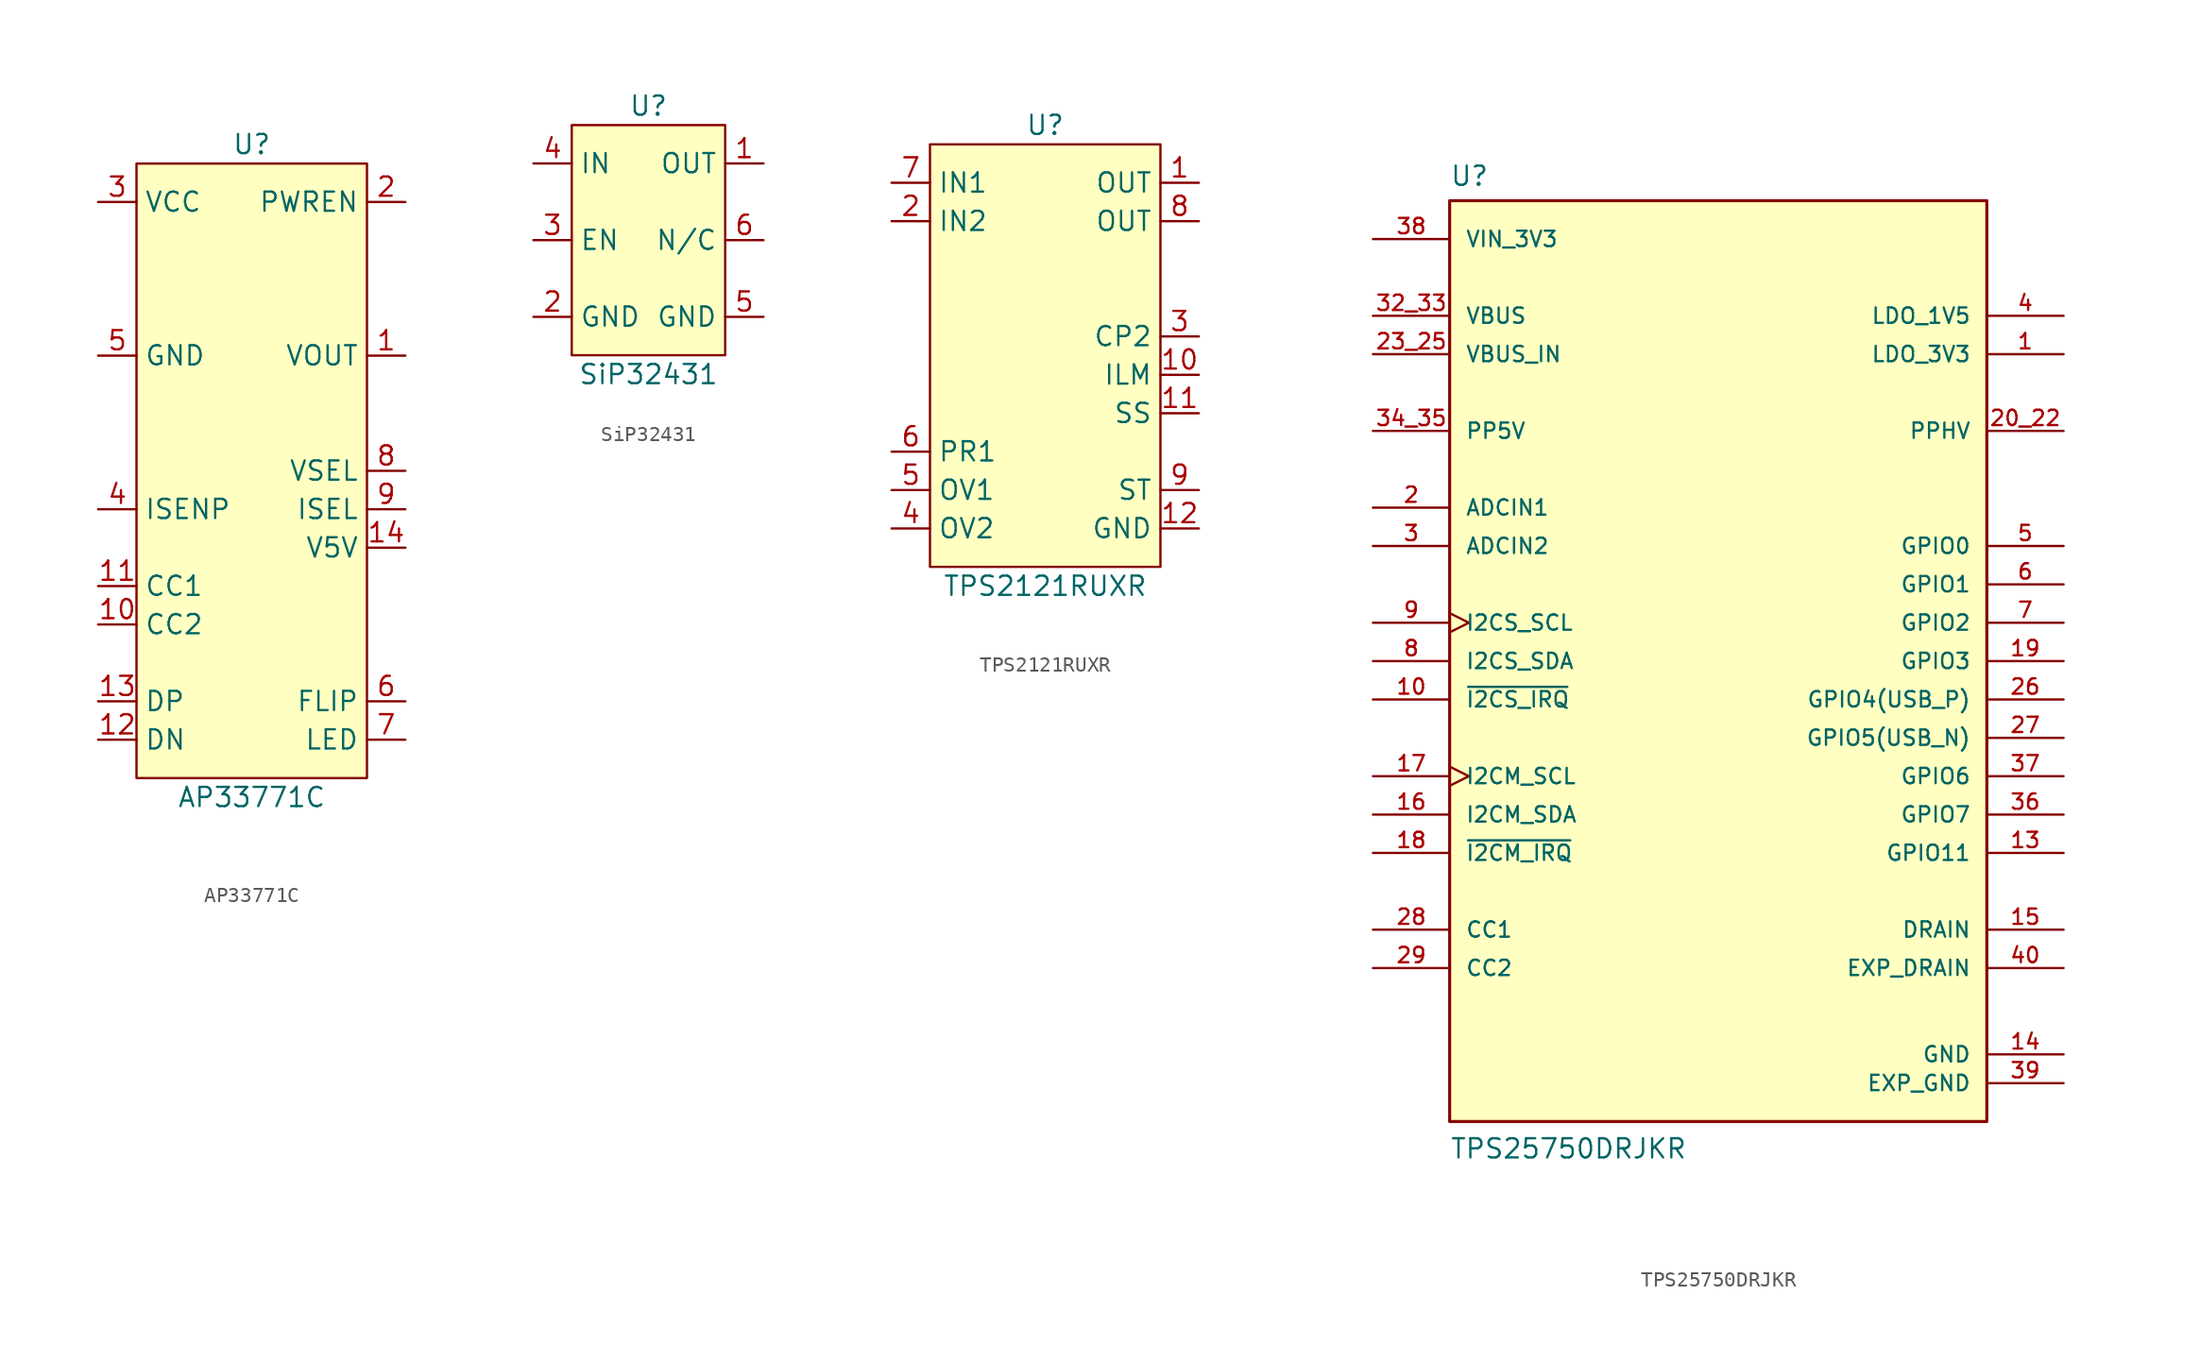
<source format=kicad_sym>
(kicad_symbol_lib
  (version 20241209)
  (generator "kicad_symbol_editor")
  (generator_version "9.0")
  (symbol "AP33771C"
    (property "Reference" "U"
      (at 0 21.59 0)
      (effects (font (size 1.27 1.27))))
    (property "Value" "AP33771C"
      (at 0 -21.59 0)
      (effects (font (size 1.27 1.27))))
    (symbol "AP33771C_1_0"
      (pin passive line (at -10.16 7.62 0) (length 2.54) (hide yes) (name "EPAD" (effects (font (size 1.27 1.27)))) (number "15" (effects (font (size 1.27 1.27)))))
      (pin power_in line (at -10.16 7.62 0) (length 2.54) (name "GND" (effects (font (size 1.27 1.27)))) (number "5" (effects (font (size 1.27 1.27)))))
      (pin output line (at 10.16 17.78 180) (length 2.54) (name "PWREN" (effects (font (size 1.27 1.27)))) (number "2" (effects (font (size 1.27 1.27)))))
      (pin input line (at 10.16 7.62 180) (length 2.54) (name "VOUT" (effects (font (size 1.27 1.27)))) (number "1" (effects (font (size 1.27 1.27)))))
      (pin input line (at 10.16 0 180) (length 2.54) (name "VSEL" (effects (font (size 1.27 1.27)))) (number "8" (effects (font (size 1.27 1.27)))))
      (pin input line (at 10.16 -2.54 180) (length 2.54) (name "ISEL" (effects (font (size 1.27 1.27)))) (number "9" (effects (font (size 1.27 1.27)))))
      (pin power_out line (at 10.16 -5.08 180) (length 2.54) (name "V5V" (effects (font (size 1.27 1.27)))) (number "14" (effects (font (size 1.27 1.27)))))
      (pin output line (at 10.16 -15.24 180) (length 2.54) (name "FLIP" (effects (font (size 1.27 1.27)))) (number "6" (effects (font (size 1.27 1.27)))))
      (pin output line (at 10.16 -17.78 180) (length 2.54) (name "LED" (effects (font (size 1.27 1.27)))) (number "7" (effects (font (size 1.27 1.27))))))
    (symbol "AP33771C_1_1"
      (rectangle (start -7.62 20.32) (end 7.62 -20.32) (stroke (width 0) (type solid)) (fill (type background)))
      (pin power_in line (at -10.16 17.78 0) (length 2.54) (name "VCC" (effects (font (size 1.27 1.27)))) (number "3" (effects (font (size 1.27 1.27)))))
      (pin input line (at -10.16 -2.54 0) (length 2.54) (name "ISENP" (effects (font (size 1.27 1.27)))) (number "4" (effects (font (size 1.27 1.27)))))
      (pin bidirectional line (at -10.16 -7.62 0) (length 2.54) (name "CC1" (effects (font (size 1.27 1.27)))) (number "11" (effects (font (size 1.27 1.27)))))
      (pin bidirectional line (at -10.16 -10.16 0) (length 2.54) (name "CC2" (effects (font (size 1.27 1.27)))) (number "10" (effects (font (size 1.27 1.27)))))
      (pin bidirectional line (at -10.16 -15.24 0) (length 2.54) (name "DP" (effects (font (size 1.27 1.27)))) (number "13" (effects (font (size 1.27 1.27)))))
      (pin bidirectional line (at -10.16 -17.78 0) (length 2.54) (name "DN" (effects (font (size 1.27 1.27)))) (number "12" (effects (font (size 1.27 1.27)))))))
  (symbol "SiP32431"
    (property "Reference" "U"
      (at 0 8.89 0)
      (effects (font (size 1.27 1.27))))
    (property "Value" "SiP32431"
      (at 0 -8.89 0)
      (effects (font (size 1.27 1.27))))
    (symbol "SiP32431_1_1"
      (rectangle (start -5.08 7.62) (end 5.08 -7.62) (stroke (width 0) (type default)) (fill (type background)))
      (pin power_in line (at -7.62 5.08 0) (length 2.54) (name "IN" (effects (font (size 1.27 1.27)))) (number "4" (effects (font (size 1.27 1.27)))))
      (pin input line (at -7.62 0 0) (length 2.54) (name "EN" (effects (font (size 1.27 1.27)))) (number "3" (effects (font (size 1.27 1.27)))))
      (pin power_in line (at -7.62 -5.08 0) (length 2.54) (name "GND" (effects (font (size 1.27 1.27)))) (number "2" (effects (font (size 1.27 1.27)))))
      (pin power_out line (at 7.62 5.08 180) (length 2.54) (name "OUT" (effects (font (size 1.27 1.27)))) (number "1" (effects (font (size 1.27 1.27)))))
      (pin input line (at 7.62 0 180) (length 2.54) (name "N/C" (effects (font (size 1.27 1.27)))) (number "6" (effects (font (size 1.27 1.27)))))
      (pin power_in line (at 7.62 -5.08 180) (length 2.54) (name "GND" (effects (font (size 1.27 1.27)))) (number "5" (effects (font (size 1.27 1.27)))))))
  (symbol "TPS2121RUXR"
    (property "Reference" "U"
      (at 0 11.43 0)
      (effects (font (size 1.27 1.27))))
    (property "Value" "TPS2121RUXR"
      (at 0 -19.05 0)
      (effects (font (size 1.27 1.27))))
    (symbol "TPS2121RUXR_0_0"
      (pin power_in line (at -10.16 7.62 0) (length 2.54) (name "IN1" (effects (font (size 1.27 1.27)))) (number "7" (effects (font (size 1.27 1.27)))))
      (pin power_in line (at -10.16 5.08 0) (length 2.54) (name "IN2" (effects (font (size 1.27 1.27)))) (number "2" (effects (font (size 1.27 1.27)))))
      (pin input line (at -10.16 -10.16 0) (length 2.54) (name "PR1" (effects (font (size 1.27 1.27)))) (number "6" (effects (font (size 1.27 1.27)))))
      (pin input line (at -10.16 -12.7 0) (length 2.54) (name "OV1" (effects (font (size 1.27 1.27)))) (number "5" (effects (font (size 1.27 1.27)))))
      (pin input line (at -10.16 -15.24 0) (length 2.54) (name "OV2" (effects (font (size 1.27 1.27)))) (number "4" (effects (font (size 1.27 1.27)))))
      (pin power_out line (at 10.16 7.62 180) (length 2.54) (name "OUT" (effects (font (size 1.27 1.27)))) (number "1" (effects (font (size 1.27 1.27)))))
      (pin power_out line (at 10.16 5.08 180) (length 2.54) (name "OUT" (effects (font (size 1.27 1.27)))) (number "8" (effects (font (size 1.27 1.27)))))
      (pin input line (at 10.16 -2.54 180) (length 2.54) (name "CP2" (effects (font (size 1.27 1.27)))) (number "3" (effects (font (size 1.27 1.27)))))
      (pin output line (at 10.16 -5.08 180) (length 2.54) (name "ILM" (effects (font (size 1.27 1.27)))) (number "10" (effects (font (size 1.27 1.27)))))
      (pin output line (at 10.16 -7.62 180) (length 2.54) (name "SS" (effects (font (size 1.27 1.27)))) (number "11" (effects (font (size 1.27 1.27)))))
      (pin output line (at 10.16 -12.7 180) (length 2.54) (name "ST" (effects (font (size 1.27 1.27)))) (number "9" (effects (font (size 1.27 1.27)))))
      (pin power_in line (at 10.16 -15.24 180) (length 2.54) (name "GND" (effects (font (size 1.27 1.27)))) (number "12" (effects (font (size 1.27 1.27))))))
    (symbol "TPS2121RUXR_1_1"
      (rectangle (start -7.62 10.16) (end 7.62 -17.78) (stroke (width 0) (type default)) (fill (type background)))))
  (symbol "TPS25750DRJKR"
    (pin_names
      (offset 1.016))
    (property "Reference" "U"
      (at -17.78 31.369 0)
      (effects (font (size 1.27 1.27)) (justify left bottom)))
    (property "Value" "TPS25750DRJKR"
      (at -17.78 -33.02 0)
      (effects (font (size 1.27 1.27)) (justify left bottom)))
    (symbol "TPS25750DRJKR_0_0"
      (pin input line (at -22.86 27.94 0) (length 5.08) (name "VIN_3V3" (effects (font (size 1.016 1.016)))) (number "38" (effects (font (size 1.016 1.016)))))
      (pin input line (at -22.86 22.86 0) (length 5.08) (name "VBUS" (effects (font (size 1.016 1.016)))) (number "32_33" (effects (font (size 1.016 1.016)))))
      (pin input line (at -22.86 20.32 0) (length 5.08) (name "VBUS_IN" (effects (font (size 1.016 1.016)))) (number "23_25" (effects (font (size 1.016 1.016)))))
      (pin input line (at -22.86 15.24 0) (length 5.08) (name "PP5V" (effects (font (size 1.016 1.016)))) (number "34_35" (effects (font (size 1.016 1.016)))))
      (pin input line (at -22.86 10.16 0) (length 5.08) (name "ADCIN1" (effects (font (size 1.016 1.016)))) (number "2" (effects (font (size 1.016 1.016)))))
      (pin input line (at -22.86 7.62 0) (length 5.08) (name "ADCIN2" (effects (font (size 1.016 1.016)))) (number "3" (effects (font (size 1.016 1.016)))))
      (pin input clock (at -22.86 2.54 0) (length 5.08) (name "I2CS_SCL" (effects (font (size 1.016 1.016)))) (number "9" (effects (font (size 1.016 1.016)))))
      (pin bidirectional line (at -22.86 0 0) (length 5.08) (name "I2CS_SDA" (effects (font (size 1.016 1.016)))) (number "8" (effects (font (size 1.016 1.016)))))
      (pin output line (at -22.86 -2.54 0) (length 5.08) (name "~{I2CS_IRQ}" (effects (font (size 1.016 1.016)))) (number "10" (effects (font (size 1.016 1.016)))))
      (pin output clock (at -22.86 -7.62 0) (length 5.08) (name "I2CM_SCL" (effects (font (size 1.016 1.016)))) (number "17" (effects (font (size 1.016 1.016)))))
      (pin bidirectional line (at -22.86 -10.16 0) (length 5.08) (name "I2CM_SDA" (effects (font (size 1.016 1.016)))) (number "16" (effects (font (size 1.016 1.016)))))
      (pin input line (at -22.86 -12.7 0) (length 5.08) (name "~{I2CM_IRQ}" (effects (font (size 1.016 1.016)))) (number "18" (effects (font (size 1.016 1.016)))))
      (pin bidirectional line (at -22.86 -17.78 0) (length 5.08) (name "CC1" (effects (font (size 1.016 1.016)))) (number "28" (effects (font (size 1.016 1.016)))))
      (pin bidirectional line (at -22.86 -20.32 0) (length 5.08) (name "CC2" (effects (font (size 1.016 1.016)))) (number "29" (effects (font (size 1.016 1.016)))))
      (pin output line (at 22.86 22.86 180) (length 5.08) (name "LDO_1V5" (effects (font (size 1.016 1.016)))) (number "4" (effects (font (size 1.016 1.016)))))
      (pin output line (at 22.86 20.32 180) (length 5.08) (name "LDO_3V3" (effects (font (size 1.016 1.016)))) (number "1" (effects (font (size 1.016 1.016)))))
      (pin bidirectional line (at 22.86 15.24 180) (length 5.08) (name "PPHV" (effects (font (size 1.016 1.016)))) (number "20_22" (effects (font (size 1.016 1.016)))))
      (pin bidirectional line (at 22.86 7.62 180) (length 5.08) (name "GPIO0" (effects (font (size 1.016 1.016)))) (number "5" (effects (font (size 1.016 1.016)))))
      (pin bidirectional line (at 22.86 5.08 180) (length 5.08) (name "GPIO1" (effects (font (size 1.016 1.016)))) (number "6" (effects (font (size 1.016 1.016)))))
      (pin output line (at 22.86 2.54 180) (length 5.08) (name "GPIO2" (effects (font (size 1.016 1.016)))) (number "7" (effects (font (size 1.016 1.016)))))
      (pin output line (at 22.86 0 180) (length 5.08) (name "GPIO3" (effects (font (size 1.016 1.016)))) (number "19" (effects (font (size 1.016 1.016)))))
      (pin bidirectional line (at 22.86 -2.54 180) (length 5.08) (name "GPIO4(USB_P)" (effects (font (size 1.016 1.016)))) (number "26" (effects (font (size 1.016 1.016)))))
      (pin bidirectional line (at 22.86 -5.08 180) (length 5.08) (name "GPIO5(USB_N)" (effects (font (size 1.016 1.016)))) (number "27" (effects (font (size 1.016 1.016)))))
      (pin output line (at 22.86 -7.62 180) (length 5.08) (name "GPIO6" (effects (font (size 1.016 1.016)))) (number "37" (effects (font (size 1.016 1.016)))))
      (pin output line (at 22.86 -10.16 180) (length 5.08) (name "GPIO7" (effects (font (size 1.016 1.016)))) (number "36" (effects (font (size 1.016 1.016)))))
      (pin output line (at 22.86 -12.7 180) (length 5.08) (name "GPIO11" (effects (font (size 1.016 1.016)))) (number "13" (effects (font (size 1.016 1.016)))))
      (pin passive line (at 22.86 -17.78 180) (length 5.08) (name "DRAIN" (effects (font (size 1.016 1.016)))) (number "15" (effects (font (size 1.016 1.016)))))
      (pin passive line (at 22.86 -20.32 180) (length 5.08) (name "EXP_DRAIN" (effects (font (size 1.016 1.016)))) (number "40" (effects (font (size 1.016 1.016)))))
      (pin power_in line (at 22.86 -26.035 180) (length 5.08) (name "GND" (effects (font (size 1.016 1.016)))) (number "14" (effects (font (size 1.016 1.016)))))
      (pin power_in line (at 22.86 -27.94 180) (length 5.08) (name "EXP_GND" (effects (font (size 1.016 1.016)))) (number "39" (effects (font (size 1.016 1.016))))))
    (symbol "TPS25750DRJKR_1_0"
      (rectangle (start -17.78 30.48) (end 17.78 -30.48) (stroke (width 0.2) (type default)) (fill (type background)))
      (pin passive line (at 22.86 -17.78 180) (length 5.08) (hide yes) (name "DRAIN" (effects (font (size 1.016 1.016)))) (number "30" (effects (font (size 1.016 1.016)))))
      (pin power_in line (at 22.86 -26.035 180) (length 5.08) (hide yes) (name "GND" (effects (font (size 1.016 1.016)))) (number "11" (effects (font (size 1.016 1.016)))))
      (pin power_in line (at 22.86 -26.035 180) (length 5.08) (hide yes) (name "GND" (effects (font (size 1.016 1.016)))) (number "12" (effects (font (size 1.016 1.016)))))
      (pin power_in line (at 22.86 -26.035 180) (length 5.08) (hide yes) (name "GND" (effects (font (size 1.016 1.016)))) (number "31" (effects (font (size 1.016 1.016))))))))
</source>
